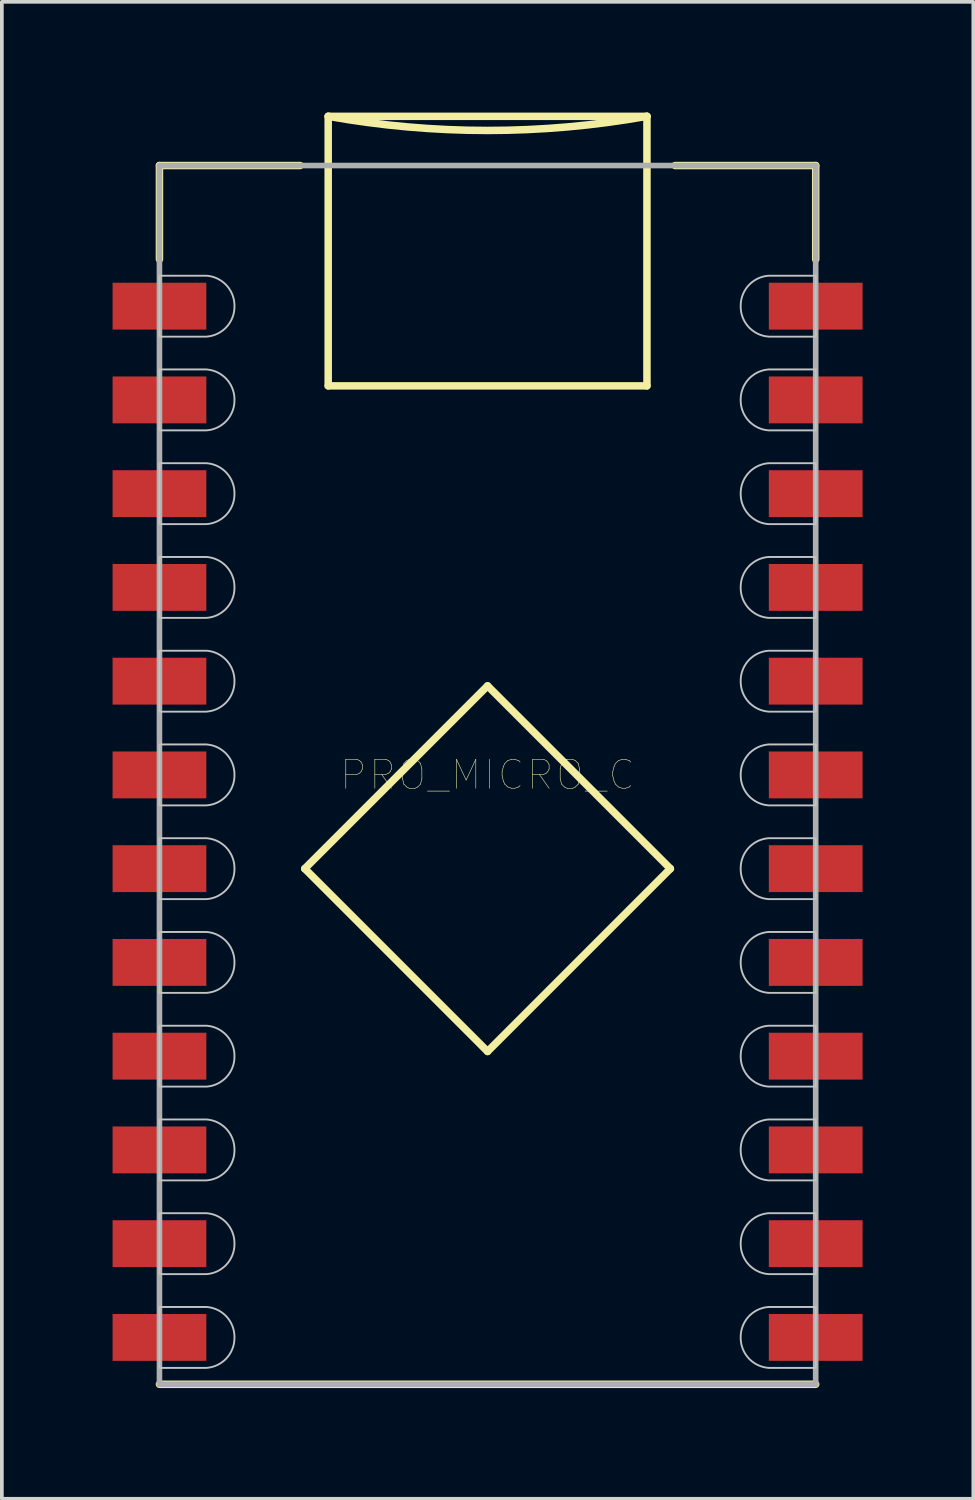
<source format=kicad_pcb>
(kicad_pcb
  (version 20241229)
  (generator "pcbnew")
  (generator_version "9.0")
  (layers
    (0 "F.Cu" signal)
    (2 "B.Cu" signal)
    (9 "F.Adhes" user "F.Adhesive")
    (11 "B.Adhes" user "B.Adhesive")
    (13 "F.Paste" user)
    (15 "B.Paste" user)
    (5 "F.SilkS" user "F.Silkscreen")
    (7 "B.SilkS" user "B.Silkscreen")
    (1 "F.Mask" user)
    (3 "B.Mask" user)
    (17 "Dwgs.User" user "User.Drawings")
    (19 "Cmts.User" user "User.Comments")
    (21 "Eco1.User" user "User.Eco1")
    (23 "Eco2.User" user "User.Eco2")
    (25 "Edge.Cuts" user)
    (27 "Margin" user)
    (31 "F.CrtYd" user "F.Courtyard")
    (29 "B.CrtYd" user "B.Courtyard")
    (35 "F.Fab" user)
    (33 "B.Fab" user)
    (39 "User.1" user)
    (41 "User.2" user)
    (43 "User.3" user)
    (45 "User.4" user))
  (footprint "PRO_MICRO_C"
    (layer "F.Cu")
    (at 10.16 17.945)
    (property "Reference" "PRO_MICRO_C" (at 0 0 0) (layer "F.SilkS") (effects (font (size 0.787 0.787) (thickness 0.015))))
    (attr through_hole)
    (fp_line (start -8.89 -16.51) (end -8.89 -13.97) (stroke (width 0.203) (type solid)) (layer "F.SilkS"))
    (fp_line (start -5.08 -16.51) (end -8.89 -16.51) (stroke (width 0.203) (type solid)) (layer "F.SilkS"))
    (fp_line (start -4.953 2.54) (end 0 7.493) (stroke (width 0.203) (type solid)) (layer "F.SilkS"))
    (fp_line (start -4.318 -17.843) (end 4.318 -17.843) (stroke (width 0.203) (type solid)) (layer "F.SilkS"))
    (fp_line (start -4.318 -10.541) (end -4.318 -17.843) (stroke (width 0.203) (type solid)) (layer "F.SilkS"))
    (fp_line (start 0 -2.413) (end -4.953 2.54) (stroke (width 0.203) (type solid)) (layer "F.SilkS"))
    (fp_line (start 0 7.493) (end 4.953 2.54) (stroke (width 0.203) (type solid)) (layer "F.SilkS"))
    (fp_line (start 4.318 -17.843) (end 4.318 -10.541) (stroke (width 0.203) (type solid)) (layer "F.SilkS"))
    (fp_line (start 4.318 -10.541) (end -4.318 -10.541) (stroke (width 0.203) (type solid)) (layer "F.SilkS"))
    (fp_line (start 4.953 2.54) (end 0 -2.413) (stroke (width 0.203) (type solid)) (layer "F.SilkS"))
    (fp_line (start 5.08 -16.51) (end 8.89 -16.51) (stroke (width 0.203) (type solid)) (layer "F.SilkS"))
    (fp_line (start 8.89 -16.51) (end 8.89 -13.97) (stroke (width 0.203) (type solid)) (layer "F.SilkS"))
    (fp_line (start 8.89 16.51) (end -8.89 16.51) (stroke (width 0.203) (type solid)) (layer "F.SilkS"))
    (fp_arc (start 4.318 -17.8435) (mid 0 -17.460446) (end -4.318 -17.8435) (stroke (width 0.2032) (type solid)) (layer "F.SilkS"))
    (fp_poly (pts (xy -8.89 -13.525) (xy -7.62 -13.525) (xy -7.575 -13.521) (xy -7.534 -13.515) (xy -7.493 -13.507) (xy -7.453 -13.497) (xy -7.414 -13.485) (xy -7.375 -13.471) (xy -7.337 -13.455) (xy -7.3 -13.437) (xy -7.264 -13.417) (xy -7.229 -13.396) (xy -7.195 -13.372) (xy -7.162 -13.347) (xy -7.131 -13.321) (xy -7.1 -13.293) (xy -7.072 -13.263) (xy -7.045 -13.232) (xy -7.019 -13.199) (xy -6.996 -13.166) (xy -6.974 -13.131) (xy -6.953 -13.095) (xy -6.935 -13.058) (xy -6.918 -13.02) (xy -6.904 -12.982) (xy -6.891 -12.943) (xy -6.88 -12.903) (xy -6.872 -12.863) (xy -6.865 -12.822) (xy -6.861 -12.781) (xy -6.858 -12.74) (xy -6.858 -12.7) (xy -6.858 -12.66) (xy -6.861 -12.619) (xy -6.865 -12.578) (xy -6.872 -12.537) (xy -6.88 -12.497) (xy -6.891 -12.457) (xy -6.904 -12.418) (xy -6.918 -12.38) (xy -6.935 -12.342) (xy -6.953 -12.305) (xy -6.974 -12.269) (xy -6.996 -12.234) (xy -7.019 -12.201) (xy -7.045 -12.168) (xy -7.072 -12.137) (xy -7.1 -12.107) (xy -7.131 -12.079) (xy -7.162 -12.053) (xy -7.195 -12.028) (xy -7.229 -12.004) (xy -7.264 -11.983) (xy -7.3 -11.963) (xy -7.337 -11.945) (xy -7.375 -11.929) (xy -7.414 -11.915) (xy -7.453 -11.903) (xy -7.493 -11.893) (xy -7.534 -11.885) (xy -7.575 -11.879) (xy -7.62 -11.874) (xy -8.89 -11.874) (xy -8.89 -13.525)) (stroke (width 0.051) (type solid)) (fill no) (layer "Dwgs.User"))
    (fp_poly (pts (xy -8.89 -10.986) (xy -7.62 -10.986) (xy -7.575 -10.981) (xy -7.534 -10.975) (xy -7.493 -10.967) (xy -7.453 -10.957) (xy -7.414 -10.945) (xy -7.375 -10.931) (xy -7.337 -10.915) (xy -7.3 -10.897) (xy -7.264 -10.877) (xy -7.229 -10.856) (xy -7.195 -10.832) (xy -7.162 -10.807) (xy -7.131 -10.781) (xy -7.1 -10.753) (xy -7.072 -10.723) (xy -7.045 -10.692) (xy -7.019 -10.659) (xy -6.996 -10.626) (xy -6.974 -10.591) (xy -6.953 -10.555) (xy -6.935 -10.518) (xy -6.918 -10.48) (xy -6.904 -10.442) (xy -6.891 -10.403) (xy -6.88 -10.363) (xy -6.872 -10.323) (xy -6.865 -10.282) (xy -6.861 -10.241) (xy -6.858 -10.2) (xy -6.858 -10.16) (xy -6.858 -10.12) (xy -6.861 -10.079) (xy -6.865 -10.038) (xy -6.872 -9.997) (xy -6.88 -9.957) (xy -6.891 -9.917) (xy -6.904 -9.878) (xy -6.918 -9.84) (xy -6.935 -9.802) (xy -6.953 -9.765) (xy -6.974 -9.729) (xy -6.996 -9.694) (xy -7.019 -9.661) (xy -7.045 -9.628) (xy -7.072 -9.597) (xy -7.1 -9.567) (xy -7.131 -9.539) (xy -7.162 -9.513) (xy -7.195 -9.488) (xy -7.229 -9.464) (xy -7.264 -9.443) (xy -7.3 -9.423) (xy -7.337 -9.405) (xy -7.375 -9.389) (xy -7.414 -9.375) (xy -7.453 -9.363) (xy -7.493 -9.353) (xy -7.534 -9.345) (xy -7.575 -9.339) (xy -7.62 -9.335) (xy -8.89 -9.335) (xy -8.89 -10.986)) (stroke (width 0.051) (type solid)) (fill no) (layer "Dwgs.User"))
    (fp_poly (pts (xy -8.89 -8.445) (xy -7.62 -8.445) (xy -7.575 -8.441) (xy -7.534 -8.435) (xy -7.493 -8.427) (xy -7.453 -8.417) (xy -7.414 -8.405) (xy -7.375 -8.391) (xy -7.337 -8.375) (xy -7.3 -8.357) (xy -7.264 -8.337) (xy -7.229 -8.316) (xy -7.195 -8.292) (xy -7.162 -8.267) (xy -7.131 -8.241) (xy -7.1 -8.213) (xy -7.072 -8.183) (xy -7.045 -8.152) (xy -7.019 -8.119) (xy -6.996 -8.086) (xy -6.974 -8.051) (xy -6.953 -8.015) (xy -6.935 -7.978) (xy -6.918 -7.94) (xy -6.904 -7.902) (xy -6.891 -7.863) (xy -6.88 -7.823) (xy -6.872 -7.783) (xy -6.865 -7.742) (xy -6.861 -7.701) (xy -6.858 -7.66) (xy -6.858 -7.62) (xy -6.858 -7.58) (xy -6.861 -7.539) (xy -6.865 -7.498) (xy -6.872 -7.457) (xy -6.88 -7.417) (xy -6.891 -7.377) (xy -6.904 -7.338) (xy -6.918 -7.3) (xy -6.935 -7.262) (xy -6.953 -7.225) (xy -6.974 -7.189) (xy -6.996 -7.154) (xy -7.019 -7.121) (xy -7.045 -7.088) (xy -7.072 -7.057) (xy -7.1 -7.027) (xy -7.131 -6.999) (xy -7.162 -6.973) (xy -7.195 -6.948) (xy -7.229 -6.924) (xy -7.264 -6.903) (xy -7.3 -6.883) (xy -7.337 -6.865) (xy -7.375 -6.849) (xy -7.414 -6.835) (xy -7.453 -6.823) (xy -7.493 -6.813) (xy -7.534 -6.805) (xy -7.575 -6.799) (xy -7.62 -6.795) (xy -8.89 -6.795) (xy -8.89 -8.445)) (stroke (width 0.051) (type solid)) (fill no) (layer "Dwgs.User"))
    (fp_poly (pts (xy -8.89 -5.905) (xy -7.62 -5.905) (xy -7.575 -5.901) (xy -7.534 -5.895) (xy -7.493 -5.887) (xy -7.453 -5.877) (xy -7.414 -5.865) (xy -7.375 -5.851) (xy -7.337 -5.835) (xy -7.3 -5.817) (xy -7.264 -5.797) (xy -7.229 -5.776) (xy -7.195 -5.752) (xy -7.162 -5.727) (xy -7.131 -5.701) (xy -7.1 -5.673) (xy -7.072 -5.643) (xy -7.045 -5.612) (xy -7.019 -5.579) (xy -6.996 -5.546) (xy -6.974 -5.511) (xy -6.953 -5.475) (xy -6.935 -5.438) (xy -6.918 -5.4) (xy -6.904 -5.362) (xy -6.891 -5.323) (xy -6.88 -5.283) (xy -6.872 -5.243) (xy -6.865 -5.202) (xy -6.861 -5.161) (xy -6.858 -5.12) (xy -6.858 -5.08) (xy -6.858 -5.04) (xy -6.861 -4.999) (xy -6.865 -4.958) (xy -6.872 -4.917) (xy -6.88 -4.877) (xy -6.891 -4.837) (xy -6.904 -4.798) (xy -6.918 -4.76) (xy -6.935 -4.722) (xy -6.953 -4.685) (xy -6.974 -4.649) (xy -6.996 -4.614) (xy -7.019 -4.581) (xy -7.045 -4.548) (xy -7.072 -4.517) (xy -7.1 -4.487) (xy -7.131 -4.459) (xy -7.162 -4.433) (xy -7.195 -4.408) (xy -7.229 -4.384) (xy -7.264 -4.363) (xy -7.3 -4.343) (xy -7.337 -4.325) (xy -7.375 -4.309) (xy -7.414 -4.295) (xy -7.453 -4.283) (xy -7.493 -4.273) (xy -7.534 -4.265) (xy -7.575 -4.259) (xy -7.62 -4.255) (xy -8.89 -4.255) (xy -8.89 -5.905)) (stroke (width 0.051) (type solid)) (fill no) (layer "Dwgs.User"))
    (fp_poly (pts (xy -8.89 -3.365) (xy -7.62 -3.365) (xy -7.575 -3.361) (xy -7.534 -3.355) (xy -7.493 -3.347) (xy -7.453 -3.337) (xy -7.414 -3.325) (xy -7.375 -3.311) (xy -7.337 -3.295) (xy -7.3 -3.277) (xy -7.264 -3.257) (xy -7.229 -3.236) (xy -7.195 -3.212) (xy -7.162 -3.187) (xy -7.131 -3.161) (xy -7.1 -3.133) (xy -7.072 -3.103) (xy -7.045 -3.072) (xy -7.019 -3.039) (xy -6.996 -3.006) (xy -6.974 -2.971) (xy -6.953 -2.935) (xy -6.935 -2.898) (xy -6.918 -2.86) (xy -6.904 -2.822) (xy -6.891 -2.783) (xy -6.88 -2.743) (xy -6.872 -2.703) (xy -6.865 -2.662) (xy -6.861 -2.621) (xy -6.858 -2.58) (xy -6.858 -2.54) (xy -6.858 -2.5) (xy -6.861 -2.459) (xy -6.865 -2.418) (xy -6.872 -2.377) (xy -6.88 -2.337) (xy -6.891 -2.297) (xy -6.904 -2.258) (xy -6.918 -2.22) (xy -6.935 -2.182) (xy -6.953 -2.145) (xy -6.974 -2.109) (xy -6.996 -2.074) (xy -7.019 -2.041) (xy -7.045 -2.008) (xy -7.072 -1.977) (xy -7.1 -1.947) (xy -7.131 -1.919) (xy -7.162 -1.893) (xy -7.195 -1.868) (xy -7.229 -1.844) (xy -7.264 -1.823) (xy -7.3 -1.803) (xy -7.337 -1.785) (xy -7.375 -1.769) (xy -7.414 -1.755) (xy -7.453 -1.743) (xy -7.493 -1.733) (xy -7.534 -1.725) (xy -7.575 -1.719) (xy -7.62 -1.714) (xy -8.89 -1.714) (xy -8.89 -3.365)) (stroke (width 0.051) (type solid)) (fill no) (layer "Dwgs.User"))
    (fp_poly (pts (xy -8.89 -0.826) (xy -7.62 -0.826) (xy -7.575 -0.821) (xy -7.534 -0.815) (xy -7.493 -0.807) (xy -7.453 -0.797) (xy -7.414 -0.785) (xy -7.375 -0.771) (xy -7.337 -0.755) (xy -7.3 -0.737) (xy -7.264 -0.717) (xy -7.229 -0.696) (xy -7.195 -0.672) (xy -7.162 -0.647) (xy -7.131 -0.621) (xy -7.1 -0.593) (xy -7.072 -0.563) (xy -7.045 -0.532) (xy -7.019 -0.499) (xy -6.996 -0.466) (xy -6.974 -0.431) (xy -6.953 -0.395) (xy -6.935 -0.358) (xy -6.918 -0.32) (xy -6.904 -0.282) (xy -6.891 -0.243) (xy -6.88 -0.203) (xy -6.872 -0.163) (xy -6.865 -0.122) (xy -6.861 -0.081) (xy -6.858 -0.04) (xy -6.858 0) (xy -6.858 0.04) (xy -6.861 0.081) (xy -6.865 0.122) (xy -6.872 0.163) (xy -6.88 0.203) (xy -6.891 0.243) (xy -6.904 0.282) (xy -6.918 0.32) (xy -6.935 0.358) (xy -6.953 0.395) (xy -6.974 0.431) (xy -6.996 0.466) (xy -7.019 0.499) (xy -7.045 0.532) (xy -7.072 0.563) (xy -7.1 0.593) (xy -7.131 0.621) (xy -7.162 0.647) (xy -7.195 0.672) (xy -7.229 0.696) (xy -7.264 0.717) (xy -7.3 0.737) (xy -7.337 0.755) (xy -7.375 0.771) (xy -7.414 0.785) (xy -7.453 0.797) (xy -7.493 0.807) (xy -7.534 0.815) (xy -7.575 0.821) (xy -7.62 0.826) (xy -8.89 0.826) (xy -8.89 -0.826)) (stroke (width 0.051) (type solid)) (fill no) (layer "Dwgs.User"))
    (fp_poly (pts (xy -8.89 1.714) (xy -7.62 1.714) (xy -7.575 1.719) (xy -7.534 1.725) (xy -7.493 1.733) (xy -7.453 1.743) (xy -7.414 1.755) (xy -7.375 1.769) (xy -7.337 1.785) (xy -7.3 1.803) (xy -7.264 1.823) (xy -7.229 1.844) (xy -7.195 1.868) (xy -7.162 1.893) (xy -7.131 1.919) (xy -7.1 1.947) (xy -7.072 1.977) (xy -7.045 2.008) (xy -7.019 2.041) (xy -6.996 2.074) (xy -6.974 2.109) (xy -6.953 2.145) (xy -6.935 2.182) (xy -6.918 2.22) (xy -6.904 2.258) (xy -6.891 2.297) (xy -6.88 2.337) (xy -6.872 2.377) (xy -6.865 2.418) (xy -6.861 2.459) (xy -6.858 2.5) (xy -6.858 2.54) (xy -6.858 2.58) (xy -6.861 2.621) (xy -6.865 2.662) (xy -6.872 2.703) (xy -6.88 2.743) (xy -6.891 2.783) (xy -6.904 2.822) (xy -6.918 2.86) (xy -6.935 2.898) (xy -6.953 2.935) (xy -6.974 2.971) (xy -6.996 3.006) (xy -7.019 3.039) (xy -7.045 3.072) (xy -7.072 3.103) (xy -7.1 3.133) (xy -7.131 3.161) (xy -7.162 3.187) (xy -7.195 3.212) (xy -7.229 3.236) (xy -7.264 3.257) (xy -7.3 3.277) (xy -7.337 3.295) (xy -7.375 3.311) (xy -7.414 3.325) (xy -7.453 3.337) (xy -7.493 3.347) (xy -7.534 3.355) (xy -7.575 3.361) (xy -7.62 3.365) (xy -8.89 3.365) (xy -8.89 1.714)) (stroke (width 0.051) (type solid)) (fill no) (layer "Dwgs.User"))
    (fp_poly (pts (xy -8.89 4.255) (xy -7.62 4.255) (xy -7.575 4.259) (xy -7.534 4.265) (xy -7.493 4.273) (xy -7.453 4.283) (xy -7.414 4.295) (xy -7.375 4.309) (xy -7.337 4.325) (xy -7.3 4.343) (xy -7.264 4.363) (xy -7.229 4.384) (xy -7.195 4.408) (xy -7.162 4.433) (xy -7.131 4.459) (xy -7.1 4.487) (xy -7.072 4.517) (xy -7.045 4.548) (xy -7.019 4.581) (xy -6.996 4.614) (xy -6.974 4.649) (xy -6.953 4.685) (xy -6.935 4.722) (xy -6.918 4.76) (xy -6.904 4.798) (xy -6.891 4.837) (xy -6.88 4.877) (xy -6.872 4.917) (xy -6.865 4.958) (xy -6.861 4.999) (xy -6.858 5.04) (xy -6.858 5.08) (xy -6.858 5.12) (xy -6.861 5.161) (xy -6.865 5.202) (xy -6.872 5.243) (xy -6.88 5.283) (xy -6.891 5.323) (xy -6.904 5.362) (xy -6.918 5.4) (xy -6.935 5.438) (xy -6.953 5.475) (xy -6.974 5.511) (xy -6.996 5.546) (xy -7.019 5.579) (xy -7.045 5.612) (xy -7.072 5.643) (xy -7.1 5.673) (xy -7.131 5.701) (xy -7.162 5.727) (xy -7.195 5.752) (xy -7.229 5.776) (xy -7.264 5.797) (xy -7.3 5.817) (xy -7.337 5.835) (xy -7.375 5.851) (xy -7.414 5.865) (xy -7.453 5.877) (xy -7.493 5.887) (xy -7.534 5.895) (xy -7.575 5.901) (xy -7.62 5.905) (xy -8.89 5.905) (xy -8.89 4.255)) (stroke (width 0.051) (type solid)) (fill no) (layer "Dwgs.User"))
    (fp_poly (pts (xy -8.89 6.795) (xy -7.62 6.795) (xy -7.575 6.799) (xy -7.534 6.805) (xy -7.493 6.813) (xy -7.453 6.823) (xy -7.414 6.835) (xy -7.375 6.849) (xy -7.337 6.865) (xy -7.3 6.883) (xy -7.264 6.903) (xy -7.229 6.924) (xy -7.195 6.948) (xy -7.162 6.973) (xy -7.131 6.999) (xy -7.1 7.027) (xy -7.072 7.057) (xy -7.045 7.088) (xy -7.019 7.121) (xy -6.996 7.154) (xy -6.974 7.189) (xy -6.953 7.225) (xy -6.935 7.262) (xy -6.918 7.3) (xy -6.904 7.338) (xy -6.891 7.377) (xy -6.88 7.417) (xy -6.872 7.457) (xy -6.865 7.498) (xy -6.861 7.539) (xy -6.858 7.58) (xy -6.858 7.62) (xy -6.858 7.66) (xy -6.861 7.701) (xy -6.865 7.742) (xy -6.872 7.783) (xy -6.88 7.823) (xy -6.891 7.863) (xy -6.904 7.902) (xy -6.918 7.94) (xy -6.935 7.978) (xy -6.953 8.015) (xy -6.974 8.051) (xy -6.996 8.086) (xy -7.019 8.119) (xy -7.045 8.152) (xy -7.072 8.183) (xy -7.1 8.213) (xy -7.131 8.241) (xy -7.162 8.267) (xy -7.195 8.292) (xy -7.229 8.316) (xy -7.264 8.337) (xy -7.3 8.357) (xy -7.337 8.375) (xy -7.375 8.391) (xy -7.414 8.405) (xy -7.453 8.417) (xy -7.493 8.427) (xy -7.534 8.435) (xy -7.575 8.441) (xy -7.62 8.445) (xy -8.89 8.445) (xy -8.89 6.795)) (stroke (width 0.051) (type solid)) (fill no) (layer "Dwgs.User"))
    (fp_poly (pts (xy -8.89 9.335) (xy -7.62 9.335) (xy -7.575 9.339) (xy -7.534 9.345) (xy -7.493 9.353) (xy -7.453 9.363) (xy -7.414 9.375) (xy -7.375 9.389) (xy -7.337 9.405) (xy -7.3 9.423) (xy -7.264 9.443) (xy -7.229 9.464) (xy -7.195 9.488) (xy -7.162 9.513) (xy -7.131 9.539) (xy -7.1 9.567) (xy -7.072 9.597) (xy -7.045 9.628) (xy -7.019 9.661) (xy -6.996 9.694) (xy -6.974 9.729) (xy -6.953 9.765) (xy -6.935 9.802) (xy -6.918 9.84) (xy -6.904 9.878) (xy -6.891 9.917) (xy -6.88 9.957) (xy -6.872 9.997) (xy -6.865 10.038) (xy -6.861 10.079) (xy -6.858 10.12) (xy -6.858 10.16) (xy -6.858 10.2) (xy -6.861 10.241) (xy -6.865 10.282) (xy -6.872 10.323) (xy -6.88 10.363) (xy -6.891 10.403) (xy -6.904 10.442) (xy -6.918 10.48) (xy -6.935 10.518) (xy -6.953 10.555) (xy -6.974 10.591) (xy -6.996 10.626) (xy -7.019 10.659) (xy -7.045 10.692) (xy -7.072 10.723) (xy -7.1 10.753) (xy -7.131 10.781) (xy -7.162 10.807) (xy -7.195 10.832) (xy -7.229 10.856) (xy -7.264 10.877) (xy -7.3 10.897) (xy -7.337 10.915) (xy -7.375 10.931) (xy -7.414 10.945) (xy -7.453 10.957) (xy -7.493 10.967) (xy -7.534 10.975) (xy -7.575 10.981) (xy -7.62 10.986) (xy -8.89 10.986) (xy -8.89 9.335)) (stroke (width 0.051) (type solid)) (fill no) (layer "Dwgs.User"))
    (fp_poly (pts (xy -8.89 11.874) (xy -7.62 11.874) (xy -7.575 11.879) (xy -7.534 11.885) (xy -7.493 11.893) (xy -7.453 11.903) (xy -7.414 11.915) (xy -7.375 11.929) (xy -7.337 11.945) (xy -7.3 11.963) (xy -7.264 11.983) (xy -7.229 12.004) (xy -7.195 12.028) (xy -7.162 12.053) (xy -7.131 12.079) (xy -7.1 12.107) (xy -7.072 12.137) (xy -7.045 12.168) (xy -7.019 12.201) (xy -6.996 12.234) (xy -6.974 12.269) (xy -6.953 12.305) (xy -6.935 12.342) (xy -6.918 12.38) (xy -6.904 12.418) (xy -6.891 12.457) (xy -6.88 12.497) (xy -6.872 12.537) (xy -6.865 12.578) (xy -6.861 12.619) (xy -6.858 12.66) (xy -6.858 12.7) (xy -6.858 12.74) (xy -6.861 12.781) (xy -6.865 12.822) (xy -6.872 12.863) (xy -6.88 12.903) (xy -6.891 12.943) (xy -6.904 12.982) (xy -6.918 13.02) (xy -6.935 13.058) (xy -6.953 13.095) (xy -6.974 13.131) (xy -6.996 13.166) (xy -7.019 13.199) (xy -7.045 13.232) (xy -7.072 13.263) (xy -7.1 13.293) (xy -7.131 13.321) (xy -7.162 13.347) (xy -7.195 13.372) (xy -7.229 13.396) (xy -7.264 13.417) (xy -7.3 13.437) (xy -7.337 13.455) (xy -7.375 13.471) (xy -7.414 13.485) (xy -7.453 13.497) (xy -7.493 13.507) (xy -7.534 13.515) (xy -7.575 13.521) (xy -7.62 13.525) (xy -8.89 13.525) (xy -8.89 11.874)) (stroke (width 0.051) (type solid)) (fill no) (layer "Dwgs.User"))
    (fp_poly (pts (xy -8.89 14.415) (xy -7.62 14.415) (xy -7.575 14.419) (xy -7.534 14.425) (xy -7.493 14.433) (xy -7.453 14.443) (xy -7.414 14.455) (xy -7.375 14.469) (xy -7.337 14.485) (xy -7.3 14.503) (xy -7.264 14.523) (xy -7.229 14.544) (xy -7.195 14.568) (xy -7.162 14.593) (xy -7.131 14.619) (xy -7.1 14.647) (xy -7.072 14.677) (xy -7.045 14.708) (xy -7.019 14.741) (xy -6.996 14.774) (xy -6.974 14.809) (xy -6.953 14.845) (xy -6.935 14.882) (xy -6.918 14.92) (xy -6.904 14.958) (xy -6.891 14.997) (xy -6.88 15.037) (xy -6.872 15.077) (xy -6.865 15.118) (xy -6.861 15.159) (xy -6.858 15.2) (xy -6.858 15.24) (xy -6.858 15.28) (xy -6.861 15.321) (xy -6.865 15.362) (xy -6.872 15.403) (xy -6.88 15.443) (xy -6.891 15.483) (xy -6.904 15.522) (xy -6.918 15.56) (xy -6.935 15.598) (xy -6.953 15.635) (xy -6.974 15.671) (xy -6.996 15.706) (xy -7.019 15.739) (xy -7.045 15.772) (xy -7.072 15.803) (xy -7.1 15.833) (xy -7.131 15.861) (xy -7.162 15.887) (xy -7.195 15.912) (xy -7.229 15.936) (xy -7.264 15.957) (xy -7.3 15.977) (xy -7.337 15.995) (xy -7.375 16.011) (xy -7.414 16.025) (xy -7.453 16.037) (xy -7.493 16.047) (xy -7.534 16.055) (xy -7.575 16.061) (xy -7.62 16.066) (xy -8.89 16.066) (xy -8.89 14.415)) (stroke (width 0.051) (type solid)) (fill no) (layer "Dwgs.User"))
    (fp_poly (pts (xy 8.89 -11.874) (xy 7.62 -11.874) (xy 7.575 -11.879) (xy 7.534 -11.885) (xy 7.493 -11.893) (xy 7.453 -11.903) (xy 7.414 -11.915) (xy 7.375 -11.929) (xy 7.337 -11.945) (xy 7.3 -11.963) (xy 7.264 -11.983) (xy 7.229 -12.004) (xy 7.195 -12.028) (xy 7.162 -12.053) (xy 7.131 -12.079) (xy 7.1 -12.107) (xy 7.072 -12.137) (xy 7.045 -12.168) (xy 7.019 -12.201) (xy 6.996 -12.234) (xy 6.974 -12.269) (xy 6.953 -12.305) (xy 6.935 -12.342) (xy 6.918 -12.38) (xy 6.904 -12.418) (xy 6.891 -12.457) (xy 6.88 -12.497) (xy 6.872 -12.537) (xy 6.865 -12.578) (xy 6.861 -12.619) (xy 6.858 -12.66) (xy 6.858 -12.7) (xy 6.858 -12.74) (xy 6.861 -12.781) (xy 6.865 -12.822) (xy 6.872 -12.863) (xy 6.88 -12.903) (xy 6.891 -12.943) (xy 6.904 -12.982) (xy 6.918 -13.02) (xy 6.935 -13.058) (xy 6.953 -13.095) (xy 6.974 -13.131) (xy 6.996 -13.166) (xy 7.019 -13.199) (xy 7.045 -13.232) (xy 7.072 -13.263) (xy 7.1 -13.293) (xy 7.131 -13.321) (xy 7.162 -13.347) (xy 7.195 -13.372) (xy 7.229 -13.396) (xy 7.264 -13.417) (xy 7.3 -13.437) (xy 7.337 -13.455) (xy 7.375 -13.471) (xy 7.414 -13.485) (xy 7.453 -13.497) (xy 7.493 -13.507) (xy 7.534 -13.515) (xy 7.575 -13.521) (xy 7.62 -13.525) (xy 8.89 -13.525) (xy 8.89 -11.874)) (stroke (width 0.051) (type solid)) (fill no) (layer "Dwgs.User"))
    (fp_poly (pts (xy 8.89 -9.335) (xy 7.62 -9.335) (xy 7.575 -9.339) (xy 7.534 -9.345) (xy 7.493 -9.353) (xy 7.453 -9.363) (xy 7.414 -9.375) (xy 7.375 -9.389) (xy 7.337 -9.405) (xy 7.3 -9.423) (xy 7.264 -9.443) (xy 7.229 -9.464) (xy 7.195 -9.488) (xy 7.162 -9.513) (xy 7.131 -9.539) (xy 7.1 -9.567) (xy 7.072 -9.597) (xy 7.045 -9.628) (xy 7.019 -9.661) (xy 6.996 -9.694) (xy 6.974 -9.729) (xy 6.953 -9.765) (xy 6.935 -9.802) (xy 6.918 -9.84) (xy 6.904 -9.878) (xy 6.891 -9.917) (xy 6.88 -9.957) (xy 6.872 -9.997) (xy 6.865 -10.038) (xy 6.861 -10.079) (xy 6.858 -10.12) (xy 6.858 -10.16) (xy 6.858 -10.2) (xy 6.861 -10.241) (xy 6.865 -10.282) (xy 6.872 -10.323) (xy 6.88 -10.363) (xy 6.891 -10.403) (xy 6.904 -10.442) (xy 6.918 -10.48) (xy 6.935 -10.518) (xy 6.953 -10.555) (xy 6.974 -10.591) (xy 6.996 -10.626) (xy 7.019 -10.659) (xy 7.045 -10.692) (xy 7.072 -10.723) (xy 7.1 -10.753) (xy 7.131 -10.781) (xy 7.162 -10.807) (xy 7.195 -10.832) (xy 7.229 -10.856) (xy 7.264 -10.877) (xy 7.3 -10.897) (xy 7.337 -10.915) (xy 7.375 -10.931) (xy 7.414 -10.945) (xy 7.453 -10.957) (xy 7.493 -10.967) (xy 7.534 -10.975) (xy 7.575 -10.981) (xy 7.62 -10.986) (xy 8.89 -10.986) (xy 8.89 -9.335)) (stroke (width 0.051) (type solid)) (fill no) (layer "Dwgs.User"))
    (fp_poly (pts (xy 8.89 -6.795) (xy 7.62 -6.795) (xy 7.575 -6.799) (xy 7.534 -6.805) (xy 7.493 -6.813) (xy 7.453 -6.823) (xy 7.414 -6.835) (xy 7.375 -6.849) (xy 7.337 -6.865) (xy 7.3 -6.883) (xy 7.264 -6.903) (xy 7.229 -6.924) (xy 7.195 -6.948) (xy 7.162 -6.973) (xy 7.131 -6.999) (xy 7.1 -7.027) (xy 7.072 -7.057) (xy 7.045 -7.088) (xy 7.019 -7.121) (xy 6.996 -7.154) (xy 6.974 -7.189) (xy 6.953 -7.225) (xy 6.935 -7.262) (xy 6.918 -7.3) (xy 6.904 -7.338) (xy 6.891 -7.377) (xy 6.88 -7.417) (xy 6.872 -7.457) (xy 6.865 -7.498) (xy 6.861 -7.539) (xy 6.858 -7.58) (xy 6.858 -7.62) (xy 6.858 -7.66) (xy 6.861 -7.701) (xy 6.865 -7.742) (xy 6.872 -7.783) (xy 6.88 -7.823) (xy 6.891 -7.863) (xy 6.904 -7.902) (xy 6.918 -7.94) (xy 6.935 -7.978) (xy 6.953 -8.015) (xy 6.974 -8.051) (xy 6.996 -8.086) (xy 7.019 -8.119) (xy 7.045 -8.152) (xy 7.072 -8.183) (xy 7.1 -8.213) (xy 7.131 -8.241) (xy 7.162 -8.267) (xy 7.195 -8.292) (xy 7.229 -8.316) (xy 7.264 -8.337) (xy 7.3 -8.357) (xy 7.337 -8.375) (xy 7.375 -8.391) (xy 7.414 -8.405) (xy 7.453 -8.417) (xy 7.493 -8.427) (xy 7.534 -8.435) (xy 7.575 -8.441) (xy 7.62 -8.445) (xy 8.89 -8.445) (xy 8.89 -6.795)) (stroke (width 0.051) (type solid)) (fill no) (layer "Dwgs.User"))
    (fp_poly (pts (xy 8.89 -4.255) (xy 7.62 -4.255) (xy 7.575 -4.259) (xy 7.534 -4.265) (xy 7.493 -4.273) (xy 7.453 -4.283) (xy 7.414 -4.295) (xy 7.375 -4.309) (xy 7.337 -4.325) (xy 7.3 -4.343) (xy 7.264 -4.363) (xy 7.229 -4.384) (xy 7.195 -4.408) (xy 7.162 -4.433) (xy 7.131 -4.459) (xy 7.1 -4.487) (xy 7.072 -4.517) (xy 7.045 -4.548) (xy 7.019 -4.581) (xy 6.996 -4.614) (xy 6.974 -4.649) (xy 6.953 -4.685) (xy 6.935 -4.722) (xy 6.918 -4.76) (xy 6.904 -4.798) (xy 6.891 -4.837) (xy 6.88 -4.877) (xy 6.872 -4.917) (xy 6.865 -4.958) (xy 6.861 -4.999) (xy 6.858 -5.04) (xy 6.858 -5.08) (xy 6.858 -5.12) (xy 6.861 -5.161) (xy 6.865 -5.202) (xy 6.872 -5.243) (xy 6.88 -5.283) (xy 6.891 -5.323) (xy 6.904 -5.362) (xy 6.918 -5.4) (xy 6.935 -5.438) (xy 6.953 -5.475) (xy 6.974 -5.511) (xy 6.996 -5.546) (xy 7.019 -5.579) (xy 7.045 -5.612) (xy 7.072 -5.643) (xy 7.1 -5.673) (xy 7.131 -5.701) (xy 7.162 -5.727) (xy 7.195 -5.752) (xy 7.229 -5.776) (xy 7.264 -5.797) (xy 7.3 -5.817) (xy 7.337 -5.835) (xy 7.375 -5.851) (xy 7.414 -5.865) (xy 7.453 -5.877) (xy 7.493 -5.887) (xy 7.534 -5.895) (xy 7.575 -5.901) (xy 7.62 -5.905) (xy 8.89 -5.905) (xy 8.89 -4.255)) (stroke (width 0.051) (type solid)) (fill no) (layer "Dwgs.User"))
    (fp_poly (pts (xy 8.89 -1.714) (xy 7.62 -1.714) (xy 7.575 -1.719) (xy 7.534 -1.725) (xy 7.493 -1.733) (xy 7.453 -1.743) (xy 7.414 -1.755) (xy 7.375 -1.769) (xy 7.337 -1.785) (xy 7.3 -1.803) (xy 7.264 -1.823) (xy 7.229 -1.844) (xy 7.195 -1.868) (xy 7.162 -1.893) (xy 7.131 -1.919) (xy 7.1 -1.947) (xy 7.072 -1.977) (xy 7.045 -2.008) (xy 7.019 -2.041) (xy 6.996 -2.074) (xy 6.974 -2.109) (xy 6.953 -2.145) (xy 6.935 -2.182) (xy 6.918 -2.22) (xy 6.904 -2.258) (xy 6.891 -2.297) (xy 6.88 -2.337) (xy 6.872 -2.377) (xy 6.865 -2.418) (xy 6.861 -2.459) (xy 6.858 -2.5) (xy 6.858 -2.54) (xy 6.858 -2.58) (xy 6.861 -2.621) (xy 6.865 -2.662) (xy 6.872 -2.703) (xy 6.88 -2.743) (xy 6.891 -2.783) (xy 6.904 -2.822) (xy 6.918 -2.86) (xy 6.935 -2.898) (xy 6.953 -2.935) (xy 6.974 -2.971) (xy 6.996 -3.006) (xy 7.019 -3.039) (xy 7.045 -3.072) (xy 7.072 -3.103) (xy 7.1 -3.133) (xy 7.131 -3.161) (xy 7.162 -3.187) (xy 7.195 -3.212) (xy 7.229 -3.236) (xy 7.264 -3.257) (xy 7.3 -3.277) (xy 7.337 -3.295) (xy 7.375 -3.311) (xy 7.414 -3.325) (xy 7.453 -3.337) (xy 7.493 -3.347) (xy 7.534 -3.355) (xy 7.575 -3.361) (xy 7.62 -3.365) (xy 8.89 -3.365) (xy 8.89 -1.714)) (stroke (width 0.051) (type solid)) (fill no) (layer "Dwgs.User"))
    (fp_poly (pts (xy 8.89 0.826) (xy 7.62 0.826) (xy 7.575 0.821) (xy 7.534 0.815) (xy 7.493 0.807) (xy 7.453 0.797) (xy 7.414 0.785) (xy 7.375 0.771) (xy 7.337 0.755) (xy 7.3 0.737) (xy 7.264 0.717) (xy 7.229 0.696) (xy 7.195 0.672) (xy 7.162 0.647) (xy 7.131 0.621) (xy 7.1 0.593) (xy 7.072 0.563) (xy 7.045 0.532) (xy 7.019 0.499) (xy 6.996 0.466) (xy 6.974 0.431) (xy 6.953 0.395) (xy 6.935 0.358) (xy 6.918 0.32) (xy 6.904 0.282) (xy 6.891 0.243) (xy 6.88 0.203) (xy 6.872 0.163) (xy 6.865 0.122) (xy 6.861 0.081) (xy 6.858 0.04) (xy 6.858 0) (xy 6.858 -0.04) (xy 6.861 -0.081) (xy 6.865 -0.122) (xy 6.872 -0.163) (xy 6.88 -0.203) (xy 6.891 -0.243) (xy 6.904 -0.282) (xy 6.918 -0.32) (xy 6.935 -0.358) (xy 6.953 -0.395) (xy 6.974 -0.431) (xy 6.996 -0.466) (xy 7.019 -0.499) (xy 7.045 -0.532) (xy 7.072 -0.563) (xy 7.1 -0.593) (xy 7.131 -0.621) (xy 7.162 -0.647) (xy 7.195 -0.672) (xy 7.229 -0.696) (xy 7.264 -0.717) (xy 7.3 -0.737) (xy 7.337 -0.755) (xy 7.375 -0.771) (xy 7.414 -0.785) (xy 7.453 -0.797) (xy 7.493 -0.807) (xy 7.534 -0.815) (xy 7.575 -0.821) (xy 7.62 -0.826) (xy 8.89 -0.826) (xy 8.89 0.826)) (stroke (width 0.051) (type solid)) (fill no) (layer "Dwgs.User"))
    (fp_poly (pts (xy 8.89 3.365) (xy 7.62 3.365) (xy 7.575 3.361) (xy 7.534 3.355) (xy 7.493 3.347) (xy 7.453 3.337) (xy 7.414 3.325) (xy 7.375 3.311) (xy 7.337 3.295) (xy 7.3 3.277) (xy 7.264 3.257) (xy 7.229 3.236) (xy 7.195 3.212) (xy 7.162 3.187) (xy 7.131 3.161) (xy 7.1 3.133) (xy 7.072 3.103) (xy 7.045 3.072) (xy 7.019 3.039) (xy 6.996 3.006) (xy 6.974 2.971) (xy 6.953 2.935) (xy 6.935 2.898) (xy 6.918 2.86) (xy 6.904 2.822) (xy 6.891 2.783) (xy 6.88 2.743) (xy 6.872 2.703) (xy 6.865 2.662) (xy 6.861 2.621) (xy 6.858 2.58) (xy 6.858 2.54) (xy 6.858 2.5) (xy 6.861 2.459) (xy 6.865 2.418) (xy 6.872 2.377) (xy 6.88 2.337) (xy 6.891 2.297) (xy 6.904 2.258) (xy 6.918 2.22) (xy 6.935 2.182) (xy 6.953 2.145) (xy 6.974 2.109) (xy 6.996 2.074) (xy 7.019 2.041) (xy 7.045 2.008) (xy 7.072 1.977) (xy 7.1 1.947) (xy 7.131 1.919) (xy 7.162 1.893) (xy 7.195 1.868) (xy 7.229 1.844) (xy 7.264 1.823) (xy 7.3 1.803) (xy 7.337 1.785) (xy 7.375 1.769) (xy 7.414 1.755) (xy 7.453 1.743) (xy 7.493 1.733) (xy 7.534 1.725) (xy 7.575 1.719) (xy 7.62 1.714) (xy 8.89 1.714) (xy 8.89 3.365)) (stroke (width 0.051) (type solid)) (fill no) (layer "Dwgs.User"))
    (fp_poly (pts (xy 8.89 5.905) (xy 7.62 5.905) (xy 7.575 5.901) (xy 7.534 5.895) (xy 7.493 5.887) (xy 7.453 5.877) (xy 7.414 5.865) (xy 7.375 5.851) (xy 7.337 5.835) (xy 7.3 5.817) (xy 7.264 5.797) (xy 7.229 5.776) (xy 7.195 5.752) (xy 7.162 5.727) (xy 7.131 5.701) (xy 7.1 5.673) (xy 7.072 5.643) (xy 7.045 5.612) (xy 7.019 5.579) (xy 6.996 5.546) (xy 6.974 5.511) (xy 6.953 5.475) (xy 6.935 5.438) (xy 6.918 5.4) (xy 6.904 5.362) (xy 6.891 5.323) (xy 6.88 5.283) (xy 6.872 5.243) (xy 6.865 5.202) (xy 6.861 5.161) (xy 6.858 5.12) (xy 6.858 5.08) (xy 6.858 5.04) (xy 6.861 4.999) (xy 6.865 4.958) (xy 6.872 4.917) (xy 6.88 4.877) (xy 6.891 4.837) (xy 6.904 4.798) (xy 6.918 4.76) (xy 6.935 4.722) (xy 6.953 4.685) (xy 6.974 4.649) (xy 6.996 4.614) (xy 7.019 4.581) (xy 7.045 4.548) (xy 7.072 4.517) (xy 7.1 4.487) (xy 7.131 4.459) (xy 7.162 4.433) (xy 7.195 4.408) (xy 7.229 4.384) (xy 7.264 4.363) (xy 7.3 4.343) (xy 7.337 4.325) (xy 7.375 4.309) (xy 7.414 4.295) (xy 7.453 4.283) (xy 7.493 4.273) (xy 7.534 4.265) (xy 7.575 4.259) (xy 7.62 4.255) (xy 8.89 4.255) (xy 8.89 5.905)) (stroke (width 0.051) (type solid)) (fill no) (layer "Dwgs.User"))
    (fp_poly (pts (xy 8.89 8.445) (xy 7.62 8.445) (xy 7.575 8.441) (xy 7.534 8.435) (xy 7.493 8.427) (xy 7.453 8.417) (xy 7.414 8.405) (xy 7.375 8.391) (xy 7.337 8.375) (xy 7.3 8.357) (xy 7.264 8.337) (xy 7.229 8.316) (xy 7.195 8.292) (xy 7.162 8.267) (xy 7.131 8.241) (xy 7.1 8.213) (xy 7.072 8.183) (xy 7.045 8.152) (xy 7.019 8.119) (xy 6.996 8.086) (xy 6.974 8.051) (xy 6.953 8.015) (xy 6.935 7.978) (xy 6.918 7.94) (xy 6.904 7.902) (xy 6.891 7.863) (xy 6.88 7.823) (xy 6.872 7.783) (xy 6.865 7.742) (xy 6.861 7.701) (xy 6.858 7.66) (xy 6.858 7.62) (xy 6.858 7.58) (xy 6.861 7.539) (xy 6.865 7.498) (xy 6.872 7.457) (xy 6.88 7.417) (xy 6.891 7.377) (xy 6.904 7.338) (xy 6.918 7.3) (xy 6.935 7.262) (xy 6.953 7.225) (xy 6.974 7.189) (xy 6.996 7.154) (xy 7.019 7.121) (xy 7.045 7.088) (xy 7.072 7.057) (xy 7.1 7.027) (xy 7.131 6.999) (xy 7.162 6.973) (xy 7.195 6.948) (xy 7.229 6.924) (xy 7.264 6.903) (xy 7.3 6.883) (xy 7.337 6.865) (xy 7.375 6.849) (xy 7.414 6.835) (xy 7.453 6.823) (xy 7.493 6.813) (xy 7.534 6.805) (xy 7.575 6.799) (xy 7.62 6.795) (xy 8.89 6.795) (xy 8.89 8.445)) (stroke (width 0.051) (type solid)) (fill no) (layer "Dwgs.User"))
    (fp_poly (pts (xy 8.89 10.986) (xy 7.62 10.986) (xy 7.575 10.981) (xy 7.534 10.975) (xy 7.493 10.967) (xy 7.453 10.957) (xy 7.414 10.945) (xy 7.375 10.931) (xy 7.337 10.915) (xy 7.3 10.897) (xy 7.264 10.877) (xy 7.229 10.856) (xy 7.195 10.832) (xy 7.162 10.807) (xy 7.131 10.781) (xy 7.1 10.753) (xy 7.072 10.723) (xy 7.045 10.692) (xy 7.019 10.659) (xy 6.996 10.626) (xy 6.974 10.591) (xy 6.953 10.555) (xy 6.935 10.518) (xy 6.918 10.48) (xy 6.904 10.442) (xy 6.891 10.403) (xy 6.88 10.363) (xy 6.872 10.323) (xy 6.865 10.282) (xy 6.861 10.241) (xy 6.858 10.2) (xy 6.858 10.16) (xy 6.858 10.12) (xy 6.861 10.079) (xy 6.865 10.038) (xy 6.872 9.997) (xy 6.88 9.957) (xy 6.891 9.917) (xy 6.904 9.878) (xy 6.918 9.84) (xy 6.935 9.802) (xy 6.953 9.765) (xy 6.974 9.729) (xy 6.996 9.694) (xy 7.019 9.661) (xy 7.045 9.628) (xy 7.072 9.597) (xy 7.1 9.567) (xy 7.131 9.539) (xy 7.162 9.513) (xy 7.195 9.488) (xy 7.229 9.464) (xy 7.264 9.443) (xy 7.3 9.423) (xy 7.337 9.405) (xy 7.375 9.389) (xy 7.414 9.375) (xy 7.453 9.363) (xy 7.493 9.353) (xy 7.534 9.345) (xy 7.575 9.339) (xy 7.62 9.335) (xy 8.89 9.335) (xy 8.89 10.986)) (stroke (width 0.051) (type solid)) (fill no) (layer "Dwgs.User"))
    (fp_poly (pts (xy 8.89 13.525) (xy 7.62 13.525) (xy 7.575 13.521) (xy 7.534 13.515) (xy 7.493 13.507) (xy 7.453 13.497) (xy 7.414 13.485) (xy 7.375 13.471) (xy 7.337 13.455) (xy 7.3 13.437) (xy 7.264 13.417) (xy 7.229 13.396) (xy 7.195 13.372) (xy 7.162 13.347) (xy 7.131 13.321) (xy 7.1 13.293) (xy 7.072 13.263) (xy 7.045 13.232) (xy 7.019 13.199) (xy 6.996 13.166) (xy 6.974 13.131) (xy 6.953 13.095) (xy 6.935 13.058) (xy 6.918 13.02) (xy 6.904 12.982) (xy 6.891 12.943) (xy 6.88 12.903) (xy 6.872 12.863) (xy 6.865 12.822) (xy 6.861 12.781) (xy 6.858 12.74) (xy 6.858 12.7) (xy 6.858 12.66) (xy 6.861 12.619) (xy 6.865 12.578) (xy 6.872 12.537) (xy 6.88 12.497) (xy 6.891 12.457) (xy 6.904 12.418) (xy 6.918 12.38) (xy 6.935 12.342) (xy 6.953 12.305) (xy 6.974 12.269) (xy 6.996 12.234) (xy 7.019 12.201) (xy 7.045 12.168) (xy 7.072 12.137) (xy 7.1 12.107) (xy 7.131 12.079) (xy 7.162 12.053) (xy 7.195 12.028) (xy 7.229 12.004) (xy 7.264 11.983) (xy 7.3 11.963) (xy 7.337 11.945) (xy 7.375 11.929) (xy 7.414 11.915) (xy 7.453 11.903) (xy 7.493 11.893) (xy 7.534 11.885) (xy 7.575 11.879) (xy 7.62 11.874) (xy 8.89 11.874) (xy 8.89 13.525)) (stroke (width 0.051) (type solid)) (fill no) (layer "Dwgs.User"))
    (fp_poly (pts (xy 8.89 16.066) (xy 7.62 16.066) (xy 7.575 16.061) (xy 7.534 16.055) (xy 7.493 16.047) (xy 7.453 16.037) (xy 7.414 16.025) (xy 7.375 16.011) (xy 7.337 15.995) (xy 7.3 15.977) (xy 7.264 15.957) (xy 7.229 15.936) (xy 7.195 15.912) (xy 7.162 15.887) (xy 7.131 15.861) (xy 7.1 15.833) (xy 7.072 15.803) (xy 7.045 15.772) (xy 7.019 15.739) (xy 6.996 15.706) (xy 6.974 15.671) (xy 6.953 15.635) (xy 6.935 15.598) (xy 6.918 15.56) (xy 6.904 15.522) (xy 6.891 15.483) (xy 6.88 15.443) (xy 6.872 15.403) (xy 6.865 15.362) (xy 6.861 15.321) (xy 6.858 15.28) (xy 6.858 15.24) (xy 6.858 15.2) (xy 6.861 15.159) (xy 6.865 15.118) (xy 6.872 15.077) (xy 6.88 15.037) (xy 6.891 14.997) (xy 6.904 14.958) (xy 6.918 14.92) (xy 6.935 14.882) (xy 6.953 14.845) (xy 6.974 14.809) (xy 6.996 14.774) (xy 7.019 14.741) (xy 7.045 14.708) (xy 7.072 14.677) (xy 7.1 14.647) (xy 7.131 14.619) (xy 7.162 14.593) (xy 7.195 14.568) (xy 7.229 14.544) (xy 7.264 14.523) (xy 7.3 14.503) (xy 7.337 14.485) (xy 7.375 14.469) (xy 7.414 14.455) (xy 7.453 14.443) (xy 7.493 14.433) (xy 7.534 14.425) (xy 7.575 14.419) (xy 7.62 14.415) (xy 8.89 14.415) (xy 8.89 16.066)) (stroke (width 0.051) (type solid)) (fill no) (layer "Dwgs.User"))
    (fp_line (start -8.89 -16.51) (end -8.89 16.51) (stroke (width 0.152) (type solid)) (layer "F.Fab"))
    (fp_line (start -8.89 16.51) (end 8.89 16.51) (stroke (width 0.152) (type solid)) (layer "F.Fab"))
    (fp_line (start 8.89 -16.51) (end -8.89 -16.51) (stroke (width 0.152) (type solid)) (layer "F.Fab"))
    (fp_line (start 8.89 16.51) (end 8.89 -16.51) (stroke (width 0.152) (type solid)) (layer "F.Fab"))
    (pad "1" smd rect (at -8.89 -12.7) (size 2.54 1.27) (layers "F.Cu" "F.Mask" "F.Paste"))
    (pad "2" smd rect (at -8.89 -10.16) (size 2.54 1.27) (layers "F.Cu" "F.Mask" "F.Paste"))
    (pad "3" smd rect (at -8.89 -7.62) (size 2.54 1.27) (layers "F.Cu" "F.Mask" "F.Paste"))
    (pad "4" smd rect (at -8.89 -5.08) (size 2.54 1.27) (layers "F.Cu" "F.Mask" "F.Paste"))
    (pad "5" smd rect (at -8.89 -2.54) (size 2.54 1.27) (layers "F.Cu" "F.Mask" "F.Paste"))
    (pad "6" smd rect (at -8.89 0) (size 2.54 1.27) (layers "F.Cu" "F.Mask" "F.Paste"))
    (pad "7" smd rect (at -8.89 2.54) (size 2.54 1.27) (layers "F.Cu" "F.Mask" "F.Paste"))
    (pad "8" smd rect (at -8.89 5.08) (size 2.54 1.27) (layers "F.Cu" "F.Mask" "F.Paste"))
    (pad "9" smd rect (at -8.89 7.62) (size 2.54 1.27) (layers "F.Cu" "F.Mask" "F.Paste"))
    (pad "10" smd rect (at -8.89 10.16) (size 2.54 1.27) (layers "F.Cu" "F.Mask" "F.Paste"))
    (pad "11" smd rect (at -8.89 12.7) (size 2.54 1.27) (layers "F.Cu" "F.Mask" "F.Paste"))
    (pad "12" smd rect (at -8.89 15.24) (size 2.54 1.27) (layers "F.Cu" "F.Mask" "F.Paste"))
    (pad "13" smd rect (at 8.89 15.24) (size 2.54 1.27) (layers "F.Cu" "F.Mask" "F.Paste"))
    (pad "14" smd rect (at 8.89 12.7) (size 2.54 1.27) (layers "F.Cu" "F.Mask" "F.Paste"))
    (pad "15" smd rect (at 8.89 10.16) (size 2.54 1.27) (layers "F.Cu" "F.Mask" "F.Paste"))
    (pad "16" smd rect (at 8.89 7.62) (size 2.54 1.27) (layers "F.Cu" "F.Mask" "F.Paste"))
    (pad "17" smd rect (at 8.89 5.08) (size 2.54 1.27) (layers "F.Cu" "F.Mask" "F.Paste"))
    (pad "18" smd rect (at 8.89 2.54) (size 2.54 1.27) (layers "F.Cu" "F.Mask" "F.Paste"))
    (pad "19" smd rect (at 8.89 0) (size 2.54 1.27) (layers "F.Cu" "F.Mask" "F.Paste"))
    (pad "20" smd rect (at 8.89 -2.54) (size 2.54 1.27) (layers "F.Cu" "F.Mask" "F.Paste"))
    (pad "21" smd rect (at 8.89 -5.08) (size 2.54 1.27) (layers "F.Cu" "F.Mask" "F.Paste"))
    (pad "22" smd rect (at 8.89 -7.62) (size 2.54 1.27) (layers "F.Cu" "F.Mask" "F.Paste"))
    (pad "23" smd rect (at 8.89 -10.16) (size 2.54 1.27) (layers "F.Cu" "F.Mask" "F.Paste"))
    (pad "24" smd rect (at 8.89 -12.7) (size 2.54 1.27) (layers "F.Cu" "F.Mask" "F.Paste")))
  (gr_rect
    (start -3 -3)
    (end 23.32 37.557)
    (stroke (width 0.1) (type default))
    (fill no)
    (layer "Edge.Cuts")))
</source>
